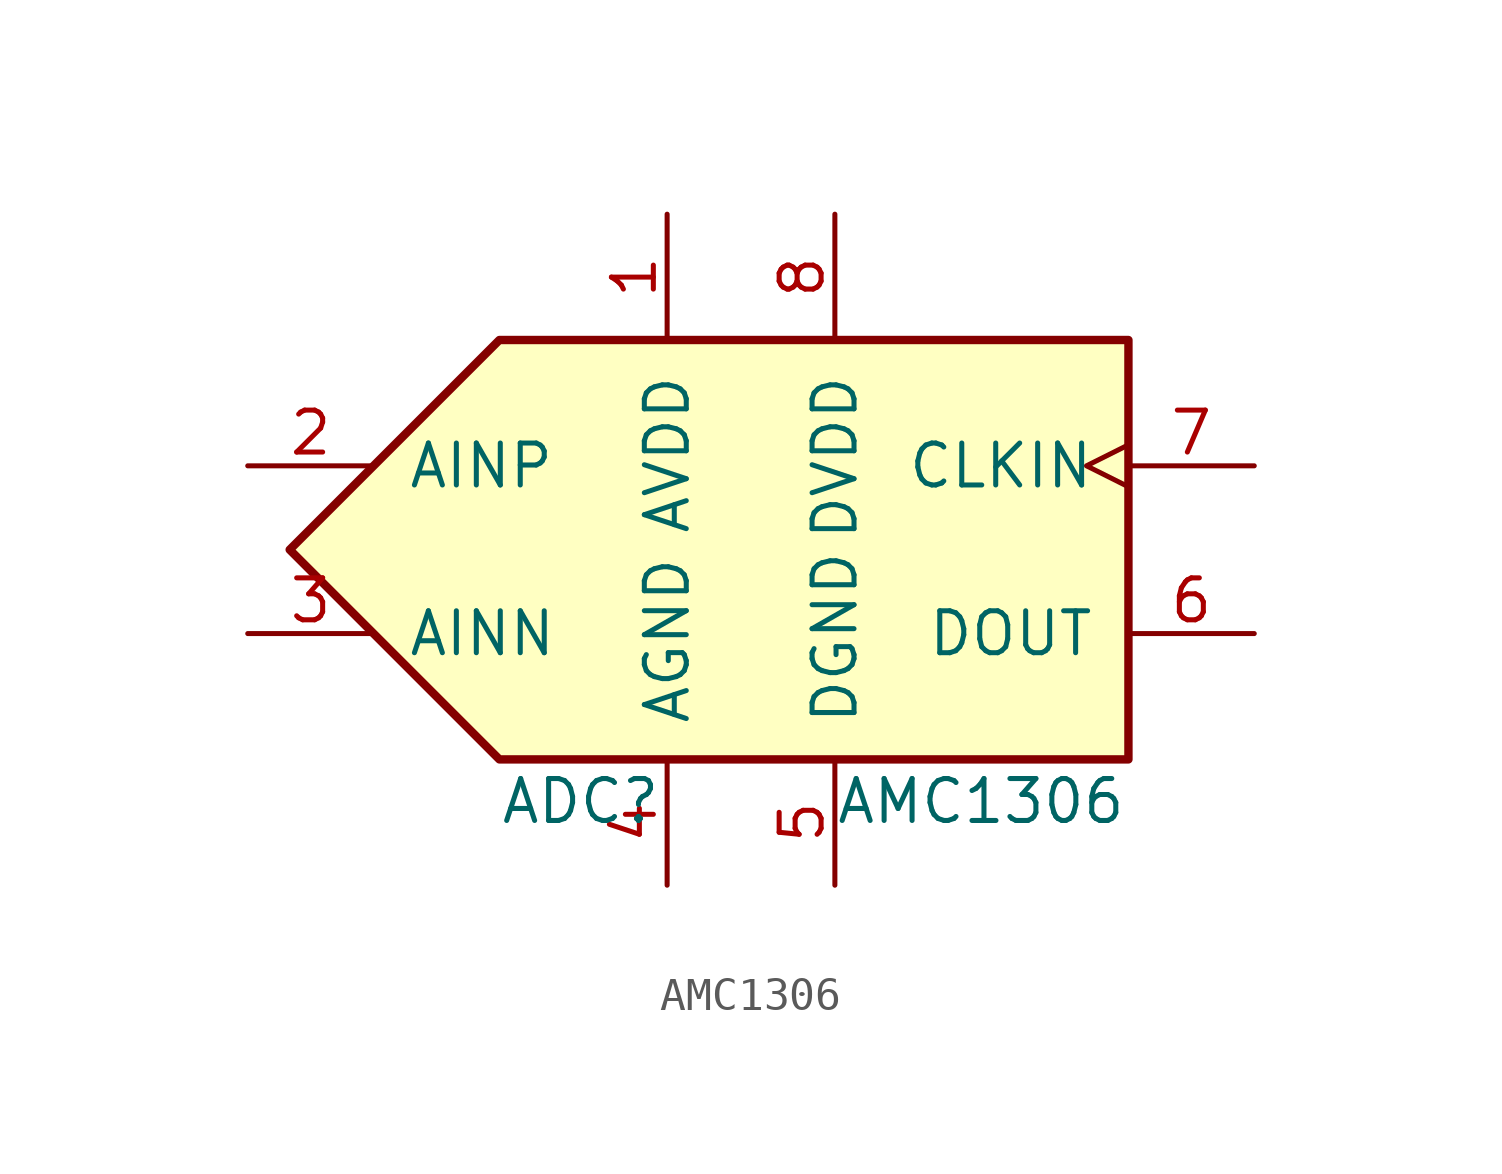
<source format=kicad_sym>
(kicad_symbol_lib
  (version 20211014)
  (generator kicad_symbol_editor)
  (symbol "AMC1306"
    (pin_names
      (offset 1.016))
    (property "Reference" "ADC"
      (at -7.62 -7.62 0)
      (effects (font (size 1.27 1.27)) (justify left)))
    (property "Value" "AMC1306"
      (at 2.54 -7.62 0)
      (effects (font (size 1.27 1.27)) (justify left)))
    (symbol "AMC1306_0_1"
      (polyline (pts (xy -13.97 0) (xy -7.62 6.35) (xy 11.43 6.35) (xy 11.43 -6.35) (xy -7.62 -6.35) (xy -13.97 0)) (stroke (width 0.254) (type default) (color 0 0 0 0)) (fill (type background))))
    (symbol "AMC1306_1_1"
      (pin power_in line (at -2.54 10.16 270) (length 3.81) (name "AVDD" (effects (font (size 1.27 1.27)))) (number "1" (effects (font (size 1.27 1.27)))))
      (pin input line (at -15.24 2.54 0) (length 3.81) (name "AINP" (effects (font (size 1.27 1.27)))) (number "2" (effects (font (size 1.27 1.27)))))
      (pin input line (at -15.24 -2.54 0) (length 3.81) (name "AINN" (effects (font (size 1.27 1.27)))) (number "3" (effects (font (size 1.27 1.27)))))
      (pin power_in line (at -2.54 -10.16 90) (length 3.81) (name "AGND" (effects (font (size 1.27 1.27)))) (number "4" (effects (font (size 1.27 1.27)))))
      (pin power_in line (at 2.54 -10.16 90) (length 3.81) (name "DGND" (effects (font (size 1.27 1.27)))) (number "5" (effects (font (size 1.27 1.27)))))
      (pin output line (at 15.24 -2.54 180) (length 3.81) (name "DOUT" (effects (font (size 1.27 1.27)))) (number "6" (effects (font (size 1.27 1.27)))))
      (pin input clock (at 15.24 2.54 180) (length 3.81) (name "CLKIN" (effects (font (size 1.27 1.27)))) (number "7" (effects (font (size 1.27 1.27)))))
      (pin power_in line (at 2.54 10.16 270) (length 3.81) (name "DVDD" (effects (font (size 1.27 1.27)))) (number "8" (effects (font (size 1.27 1.27))))))))
</source>
